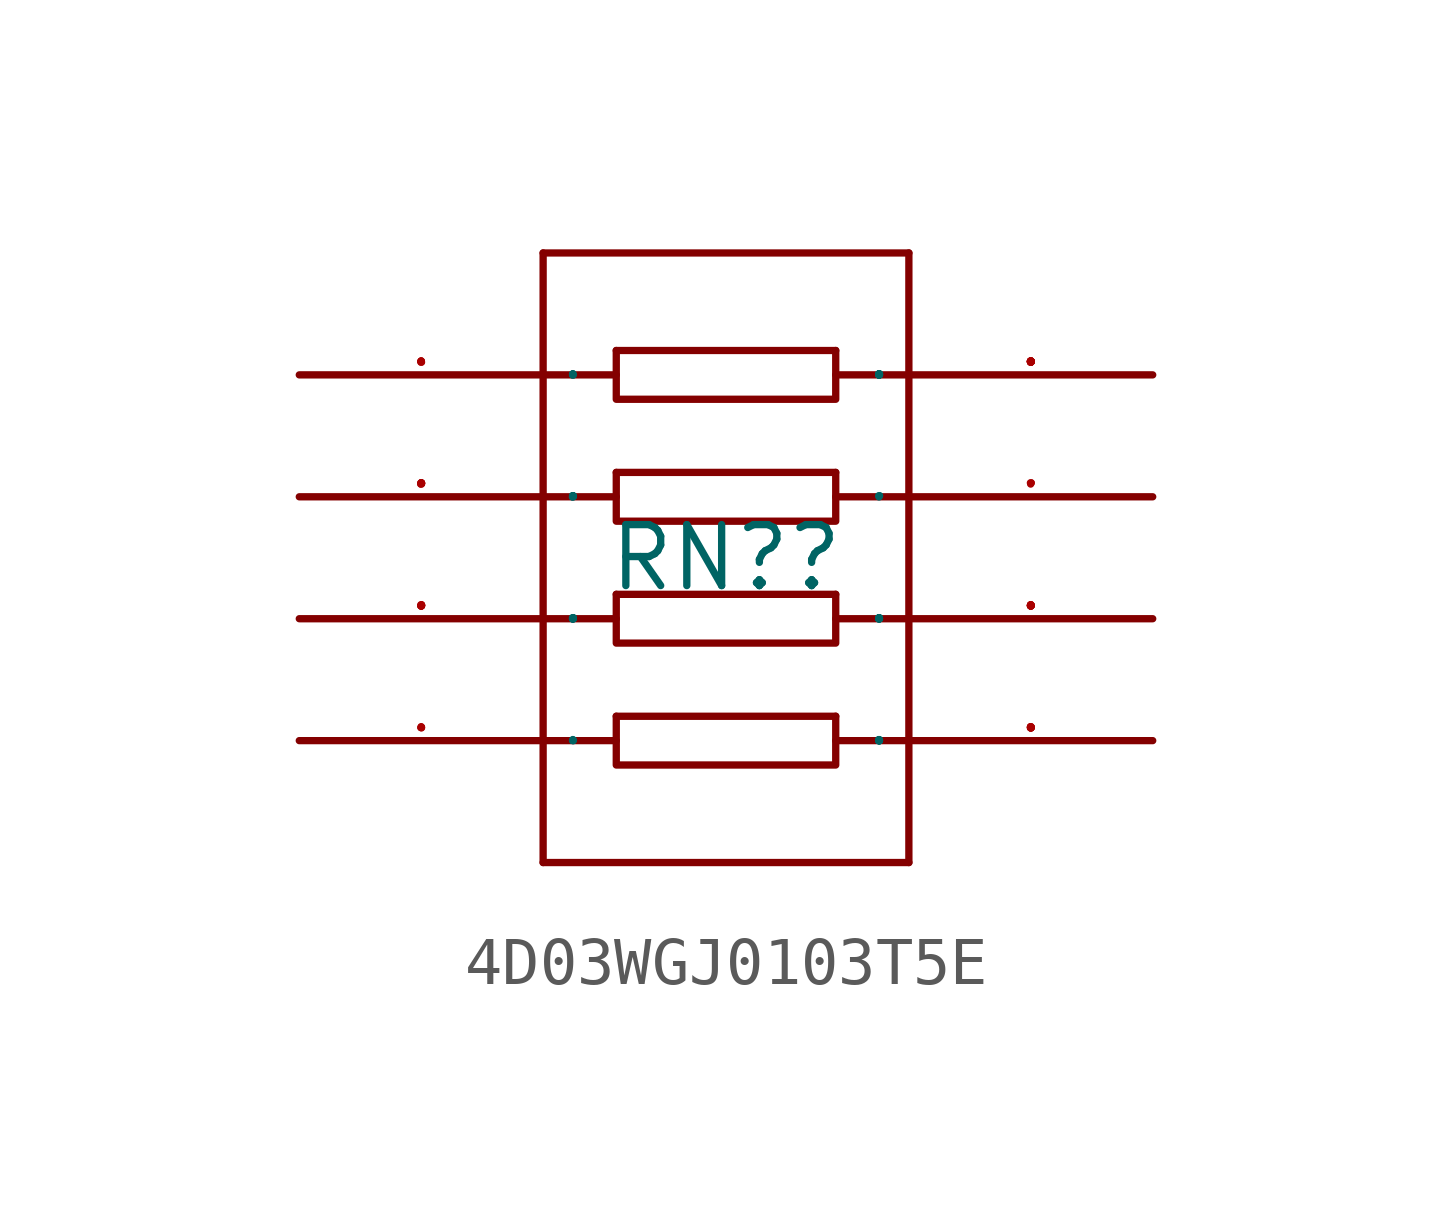
<source format=kicad_sym>
(kicad_symbol_lib
  (version 20231120)
  (generator "kicad_symbol_editor")
  (generator_version "8.0")
  (symbol "4D03WGJ0103T5E"
    (property "Reference" "RN?"
      (at 0 0 0)
      (effects (font (size 1.27 1.27))))
    (property "Value" ""
      (at 0 0 0)
      (effects (font (size 1.27 1.27))))
    (symbol "4D03WGJ0103T5E_1_0"
      (polyline (pts (xy -3.81 -6.35) (xy 3.81 -6.35)) (stroke (width 0) (type default)) (fill (type none)))
      (polyline (pts (xy -3.81 -3.81) (xy -2.286 -3.81)) (stroke (width 0) (type default)) (fill (type none)))
      (polyline (pts (xy -3.81 -1.27) (xy -2.286 -1.27)) (stroke (width 0) (type default)) (fill (type none)))
      (polyline (pts (xy -3.81 1.27) (xy -2.286 1.27)) (stroke (width 0) (type default)) (fill (type none)))
      (polyline (pts (xy -3.81 3.81) (xy -2.286 3.81)) (stroke (width 0) (type default)) (fill (type none)))
      (polyline (pts (xy -3.81 6.35) (xy -3.81 -6.35)) (stroke (width 0) (type default)) (fill (type none)))
      (polyline (pts (xy -3.81 6.35) (xy 3.81 6.35)) (stroke (width 0) (type default)) (fill (type none)))
      (polyline (pts (xy -2.286 -3.302) (xy 2.286 -3.302)) (stroke (width 0) (type default)) (fill (type none)))
      (polyline (pts (xy -2.286 -0.762) (xy 2.286 -0.762)) (stroke (width 0) (type default)) (fill (type none)))
      (polyline (pts (xy -2.286 1.778) (xy 2.286 1.778)) (stroke (width 0) (type default)) (fill (type none)))
      (polyline (pts (xy -2.286 4.318) (xy 2.286 4.318)) (stroke (width 0) (type default)) (fill (type none)))
      (polyline (pts (xy 2.286 -3.81) (xy 3.81 -3.81)) (stroke (width 0) (type default)) (fill (type none)))
      (polyline (pts (xy 2.286 -1.27) (xy 3.81 -1.27)) (stroke (width 0) (type default)) (fill (type none)))
      (polyline (pts (xy 2.286 1.27) (xy 3.81 1.27)) (stroke (width 0) (type default)) (fill (type none)))
      (polyline (pts (xy 2.286 3.81) (xy 3.81 3.81)) (stroke (width 0) (type default)) (fill (type none)))
      (polyline (pts (xy 3.81 6.35) (xy 3.81 -6.35)) (stroke (width 0) (type default)) (fill (type none)))
      (polyline (pts (xy -2.286 -3.302) (xy -2.286 -4.318) (xy -2.286 -4.318) (xy 2.286 -4.318) (xy 2.286 -4.318) (xy 2.286 -3.302)) (stroke (width 0) (type default)) (fill (type none)))
      (polyline (pts (xy -2.286 -0.762) (xy -2.286 -1.778) (xy -2.286 -1.778) (xy 2.286 -1.778) (xy 2.286 -1.778) (xy 2.286 -0.762)) (stroke (width 0) (type default)) (fill (type none)))
      (polyline (pts (xy -2.286 1.778) (xy -2.286 0.762) (xy -2.286 0.762) (xy 2.286 0.762) (xy 2.286 0.762) (xy 2.286 1.778)) (stroke (width 0) (type default)) (fill (type none)))
      (polyline (pts (xy -2.286 4.318) (xy -2.286 3.302) (xy -2.286 3.302) (xy 2.286 3.302) (xy 2.286 3.302) (xy 2.286 4.318)) (stroke (width 0) (type default)) (fill (type none)))
      (pin input line (at -8.89 3.81 0) (length 5.08) (name "1" (effects (font (size 0.025 0.025)))) (number "1" (effects (font (size 0.025 0.025)))))
      (pin input line (at -8.89 1.27 0) (length 5.08) (name "2" (effects (font (size 0.025 0.025)))) (number "2" (effects (font (size 0.025 0.025)))))
      (pin input line (at -8.89 -1.27 0) (length 5.08) (name "3" (effects (font (size 0.025 0.025)))) (number "3" (effects (font (size 0.025 0.025)))))
      (pin input line (at -8.89 -3.81 0) (length 5.08) (name "4" (effects (font (size 0.025 0.025)))) (number "4" (effects (font (size 0.025 0.025)))))
      (pin input line (at 8.89 -3.81 180) (length 5.08) (name "5" (effects (font (size 0.025 0.025)))) (number "5" (effects (font (size 0.025 0.025)))))
      (pin input line (at 8.89 -1.27 180) (length 5.08) (name "6" (effects (font (size 0.025 0.025)))) (number "6" (effects (font (size 0.025 0.025)))))
      (pin input line (at 8.89 1.27 180) (length 5.08) (name "7" (effects (font (size 0.025 0.025)))) (number "7" (effects (font (size 0.025 0.025)))))
      (pin input line (at 8.89 3.81 180) (length 5.08) (name "8" (effects (font (size 0.025 0.025)))) (number "8" (effects (font (size 0.025 0.025))))))))
</source>
